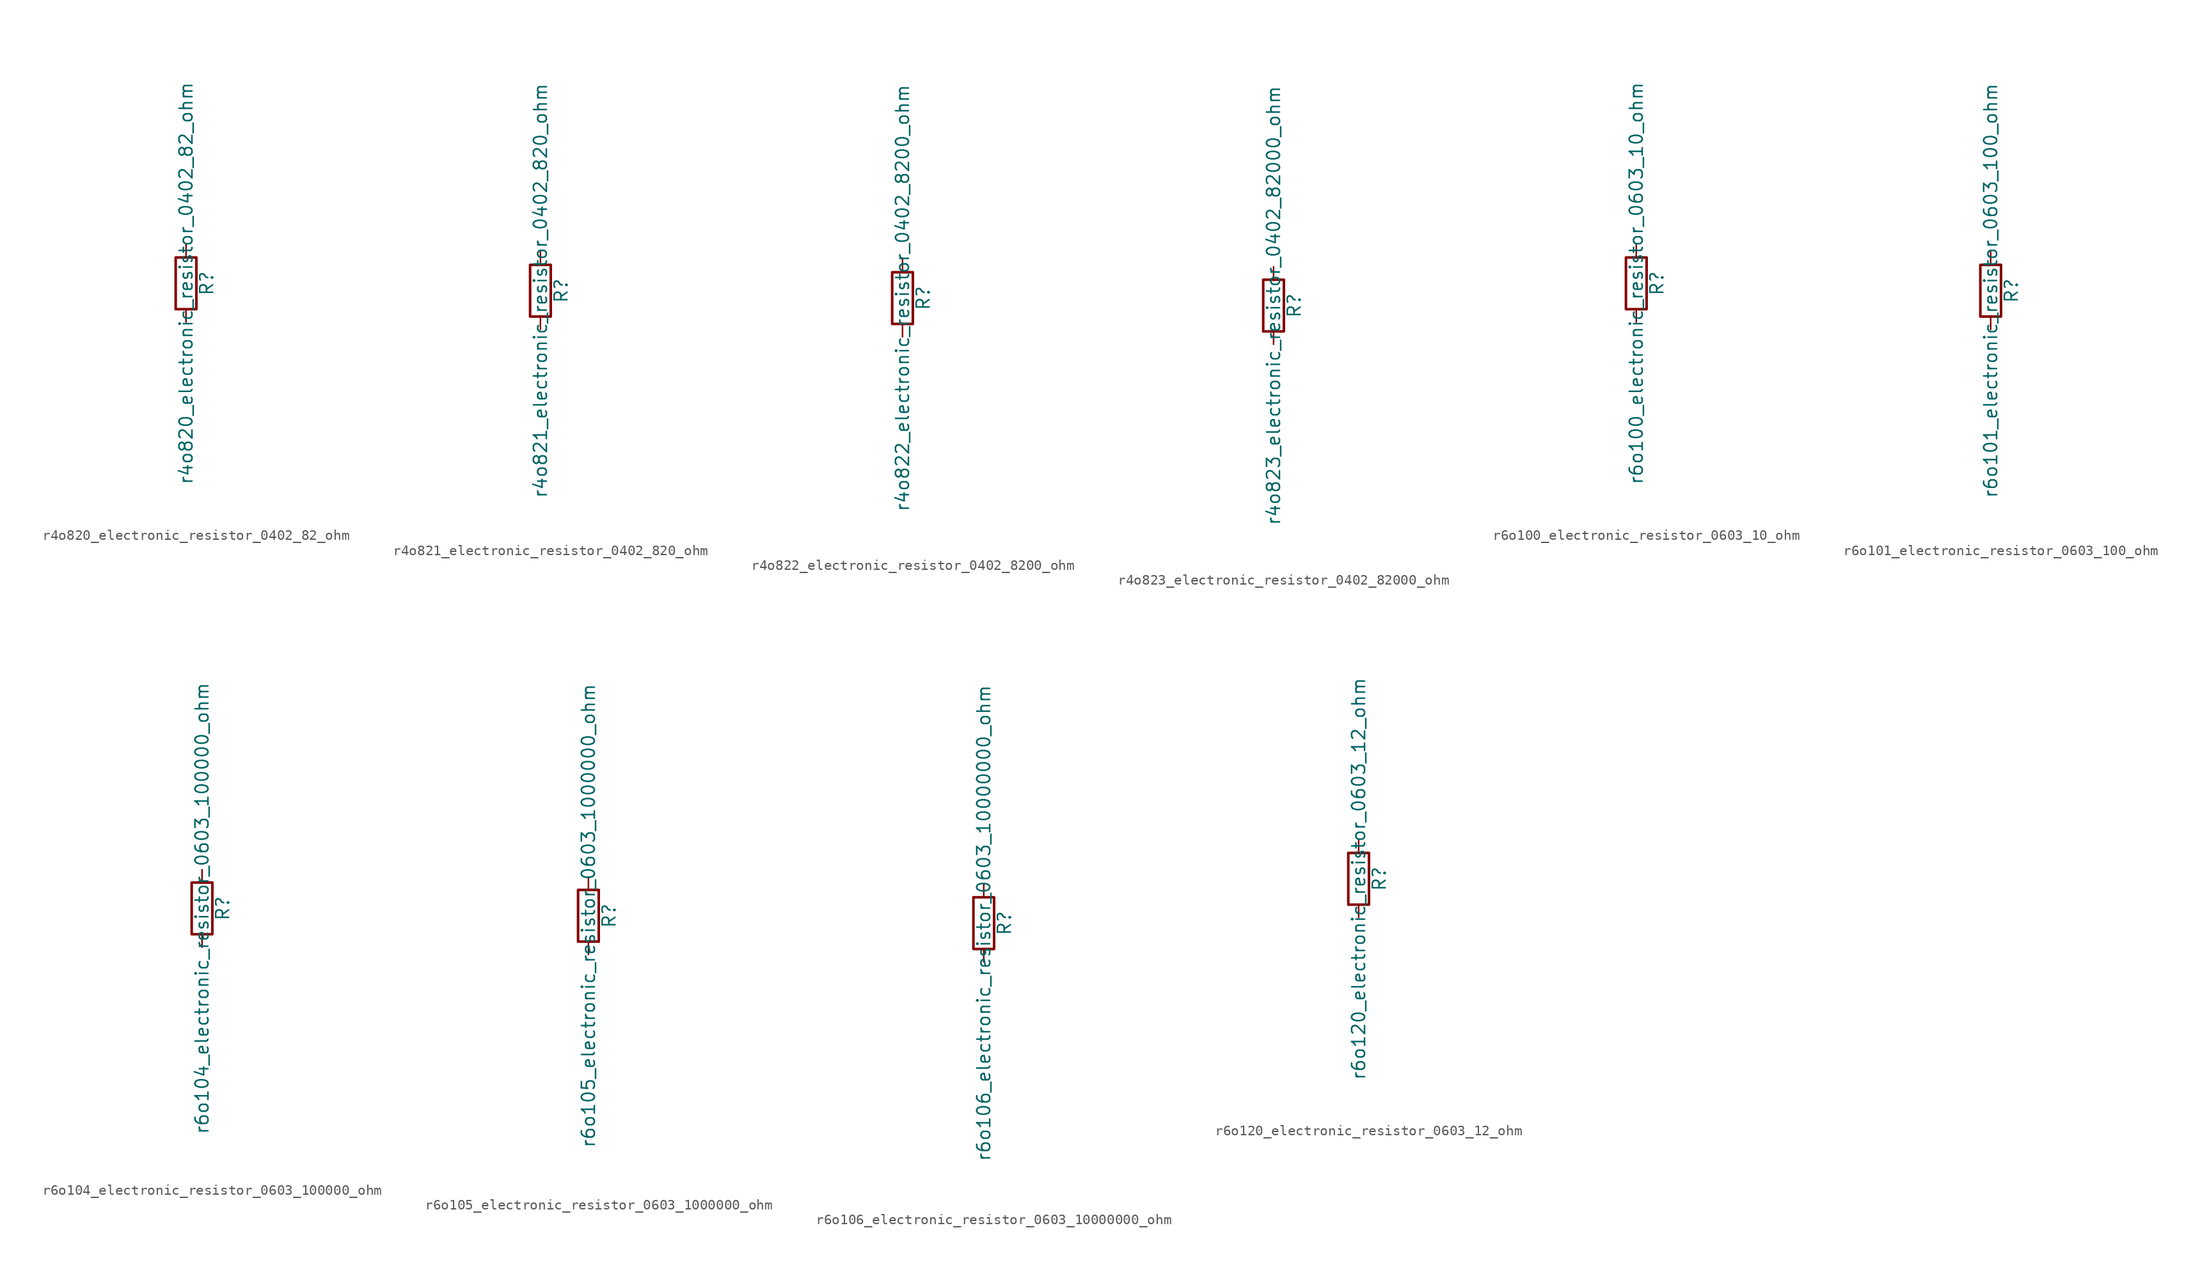
<source format=kicad_sym>
(kicad_symbol_lib
  (version 20220914)
  (generator kicad_symbol_editor)
  (symbol "r4o820_electronic_resistor_0402_82_ohm"
    (pin_numbers hide)
    (pin_names
      (offset 0))
    (property "Reference" "R"
      (at 2.032 0 90)
      (effects (font (size 1.27 1.27))))
    (property "Value" "r4o820_electronic_resistor_0402_82_ohm"
      (at 0 0 90)
      (effects (font (size 1.27 1.27))))
    (symbol "r4o820_electronic_resistor_0402_82_ohm_0_1"
      (rectangle (start -1.016 -2.54) (end 1.016 2.54) (stroke (width 0.254) (type default)) (fill (type none))))
    (symbol "r4o820_electronic_resistor_0402_82_ohm_1_1"
      (pin passive line (at 0 3.81 270) (length 1.27) (name "~" (effects (font (size 1.27 1.27)))) (number "1" (effects (font (size 1.27 1.27)))))
      (pin passive line (at 0 -3.81 90) (length 1.27) (name "~" (effects (font (size 1.27 1.27)))) (number "2" (effects (font (size 1.27 1.27)))))))
  (symbol "r4o821_electronic_resistor_0402_820_ohm"
    (pin_numbers hide)
    (pin_names
      (offset 0))
    (property "Reference" "R"
      (at 2.032 0 90)
      (effects (font (size 1.27 1.27))))
    (property "Value" "r4o821_electronic_resistor_0402_820_ohm"
      (at 0 0 90)
      (effects (font (size 1.27 1.27))))
    (symbol "r4o821_electronic_resistor_0402_820_ohm_0_1"
      (rectangle (start -1.016 -2.54) (end 1.016 2.54) (stroke (width 0.254) (type default)) (fill (type none))))
    (symbol "r4o821_electronic_resistor_0402_820_ohm_1_1"
      (pin passive line (at 0 3.81 270) (length 1.27) (name "~" (effects (font (size 1.27 1.27)))) (number "1" (effects (font (size 1.27 1.27)))))
      (pin passive line (at 0 -3.81 90) (length 1.27) (name "~" (effects (font (size 1.27 1.27)))) (number "2" (effects (font (size 1.27 1.27)))))))
  (symbol "r4o822_electronic_resistor_0402_8200_ohm"
    (pin_numbers hide)
    (pin_names
      (offset 0))
    (property "Reference" "R"
      (at 2.032 0 90)
      (effects (font (size 1.27 1.27))))
    (property "Value" "r4o822_electronic_resistor_0402_8200_ohm"
      (at 0 0 90)
      (effects (font (size 1.27 1.27))))
    (symbol "r4o822_electronic_resistor_0402_8200_ohm_0_1"
      (rectangle (start -1.016 -2.54) (end 1.016 2.54) (stroke (width 0.254) (type default)) (fill (type none))))
    (symbol "r4o822_electronic_resistor_0402_8200_ohm_1_1"
      (pin passive line (at 0 3.81 270) (length 1.27) (name "~" (effects (font (size 1.27 1.27)))) (number "1" (effects (font (size 1.27 1.27)))))
      (pin passive line (at 0 -3.81 90) (length 1.27) (name "~" (effects (font (size 1.27 1.27)))) (number "2" (effects (font (size 1.27 1.27)))))))
  (symbol "r4o823_electronic_resistor_0402_82000_ohm"
    (pin_numbers hide)
    (pin_names
      (offset 0))
    (property "Reference" "R"
      (at 2.032 0 90)
      (effects (font (size 1.27 1.27))))
    (property "Value" "r4o823_electronic_resistor_0402_82000_ohm"
      (at 0 0 90)
      (effects (font (size 1.27 1.27))))
    (symbol "r4o823_electronic_resistor_0402_82000_ohm_0_1"
      (rectangle (start -1.016 -2.54) (end 1.016 2.54) (stroke (width 0.254) (type default)) (fill (type none))))
    (symbol "r4o823_electronic_resistor_0402_82000_ohm_1_1"
      (pin passive line (at 0 3.81 270) (length 1.27) (name "~" (effects (font (size 1.27 1.27)))) (number "1" (effects (font (size 1.27 1.27)))))
      (pin passive line (at 0 -3.81 90) (length 1.27) (name "~" (effects (font (size 1.27 1.27)))) (number "2" (effects (font (size 1.27 1.27)))))))
  (symbol "r6o100_electronic_resistor_0603_10_ohm"
    (pin_numbers hide)
    (pin_names
      (offset 0))
    (property "Reference" "R"
      (at 2.032 0 90)
      (effects (font (size 1.27 1.27))))
    (property "Value" "r6o100_electronic_resistor_0603_10_ohm"
      (at 0 0 90)
      (effects (font (size 1.27 1.27))))
    (symbol "r6o100_electronic_resistor_0603_10_ohm_0_1"
      (rectangle (start -1.016 -2.54) (end 1.016 2.54) (stroke (width 0.254) (type default)) (fill (type none))))
    (symbol "r6o100_electronic_resistor_0603_10_ohm_1_1"
      (pin passive line (at 0 3.81 270) (length 1.27) (name "~" (effects (font (size 1.27 1.27)))) (number "1" (effects (font (size 1.27 1.27)))))
      (pin passive line (at 0 -3.81 90) (length 1.27) (name "~" (effects (font (size 1.27 1.27)))) (number "2" (effects (font (size 1.27 1.27)))))))
  (symbol "r6o101_electronic_resistor_0603_100_ohm"
    (pin_numbers hide)
    (pin_names
      (offset 0))
    (property "Reference" "R"
      (at 2.032 0 90)
      (effects (font (size 1.27 1.27))))
    (property "Value" "r6o101_electronic_resistor_0603_100_ohm"
      (at 0 0 90)
      (effects (font (size 1.27 1.27))))
    (symbol "r6o101_electronic_resistor_0603_100_ohm_0_1"
      (rectangle (start -1.016 -2.54) (end 1.016 2.54) (stroke (width 0.254) (type default)) (fill (type none))))
    (symbol "r6o101_electronic_resistor_0603_100_ohm_1_1"
      (pin passive line (at 0 3.81 270) (length 1.27) (name "~" (effects (font (size 1.27 1.27)))) (number "1" (effects (font (size 1.27 1.27)))))
      (pin passive line (at 0 -3.81 90) (length 1.27) (name "~" (effects (font (size 1.27 1.27)))) (number "2" (effects (font (size 1.27 1.27)))))))
  (symbol "r6o104_electronic_resistor_0603_100000_ohm"
    (pin_numbers hide)
    (pin_names
      (offset 0))
    (property "Reference" "R"
      (at 2.032 0 90)
      (effects (font (size 1.27 1.27))))
    (property "Value" "r6o104_electronic_resistor_0603_100000_ohm"
      (at 0 0 90)
      (effects (font (size 1.27 1.27))))
    (symbol "r6o104_electronic_resistor_0603_100000_ohm_0_1"
      (rectangle (start -1.016 -2.54) (end 1.016 2.54) (stroke (width 0.254) (type default)) (fill (type none))))
    (symbol "r6o104_electronic_resistor_0603_100000_ohm_1_1"
      (pin passive line (at 0 3.81 270) (length 1.27) (name "~" (effects (font (size 1.27 1.27)))) (number "1" (effects (font (size 1.27 1.27)))))
      (pin passive line (at 0 -3.81 90) (length 1.27) (name "~" (effects (font (size 1.27 1.27)))) (number "2" (effects (font (size 1.27 1.27)))))))
  (symbol "r6o105_electronic_resistor_0603_1000000_ohm"
    (pin_numbers hide)
    (pin_names
      (offset 0))
    (property "Reference" "R"
      (at 2.032 0 90)
      (effects (font (size 1.27 1.27))))
    (property "Value" "r6o105_electronic_resistor_0603_1000000_ohm"
      (at 0 0 90)
      (effects (font (size 1.27 1.27))))
    (symbol "r6o105_electronic_resistor_0603_1000000_ohm_0_1"
      (rectangle (start -1.016 -2.54) (end 1.016 2.54) (stroke (width 0.254) (type default)) (fill (type none))))
    (symbol "r6o105_electronic_resistor_0603_1000000_ohm_1_1"
      (pin passive line (at 0 3.81 270) (length 1.27) (name "~" (effects (font (size 1.27 1.27)))) (number "1" (effects (font (size 1.27 1.27)))))
      (pin passive line (at 0 -3.81 90) (length 1.27) (name "~" (effects (font (size 1.27 1.27)))) (number "2" (effects (font (size 1.27 1.27)))))))
  (symbol "r6o106_electronic_resistor_0603_10000000_ohm"
    (pin_numbers hide)
    (pin_names
      (offset 0))
    (property "Reference" "R"
      (at 2.032 0 90)
      (effects (font (size 1.27 1.27))))
    (property "Value" "r6o106_electronic_resistor_0603_10000000_ohm"
      (at 0 0 90)
      (effects (font (size 1.27 1.27))))
    (symbol "r6o106_electronic_resistor_0603_10000000_ohm_0_1"
      (rectangle (start -1.016 -2.54) (end 1.016 2.54) (stroke (width 0.254) (type default)) (fill (type none))))
    (symbol "r6o106_electronic_resistor_0603_10000000_ohm_1_1"
      (pin passive line (at 0 3.81 270) (length 1.27) (name "~" (effects (font (size 1.27 1.27)))) (number "1" (effects (font (size 1.27 1.27)))))
      (pin passive line (at 0 -3.81 90) (length 1.27) (name "~" (effects (font (size 1.27 1.27)))) (number "2" (effects (font (size 1.27 1.27)))))))
  (symbol "r6o120_electronic_resistor_0603_12_ohm"
    (pin_numbers hide)
    (pin_names
      (offset 0))
    (property "Reference" "R"
      (at 2.032 0 90)
      (effects (font (size 1.27 1.27))))
    (property "Value" "r6o120_electronic_resistor_0603_12_ohm"
      (at 0 0 90)
      (effects (font (size 1.27 1.27))))
    (symbol "r6o120_electronic_resistor_0603_12_ohm_0_1"
      (rectangle (start -1.016 -2.54) (end 1.016 2.54) (stroke (width 0.254) (type default)) (fill (type none))))
    (symbol "r6o120_electronic_resistor_0603_12_ohm_1_1"
      (pin passive line (at 0 3.81 270) (length 1.27) (name "~" (effects (font (size 1.27 1.27)))) (number "1" (effects (font (size 1.27 1.27)))))
      (pin passive line (at 0 -3.81 90) (length 1.27) (name "~" (effects (font (size 1.27 1.27)))) (number "2" (effects (font (size 1.27 1.27))))))))
</source>
